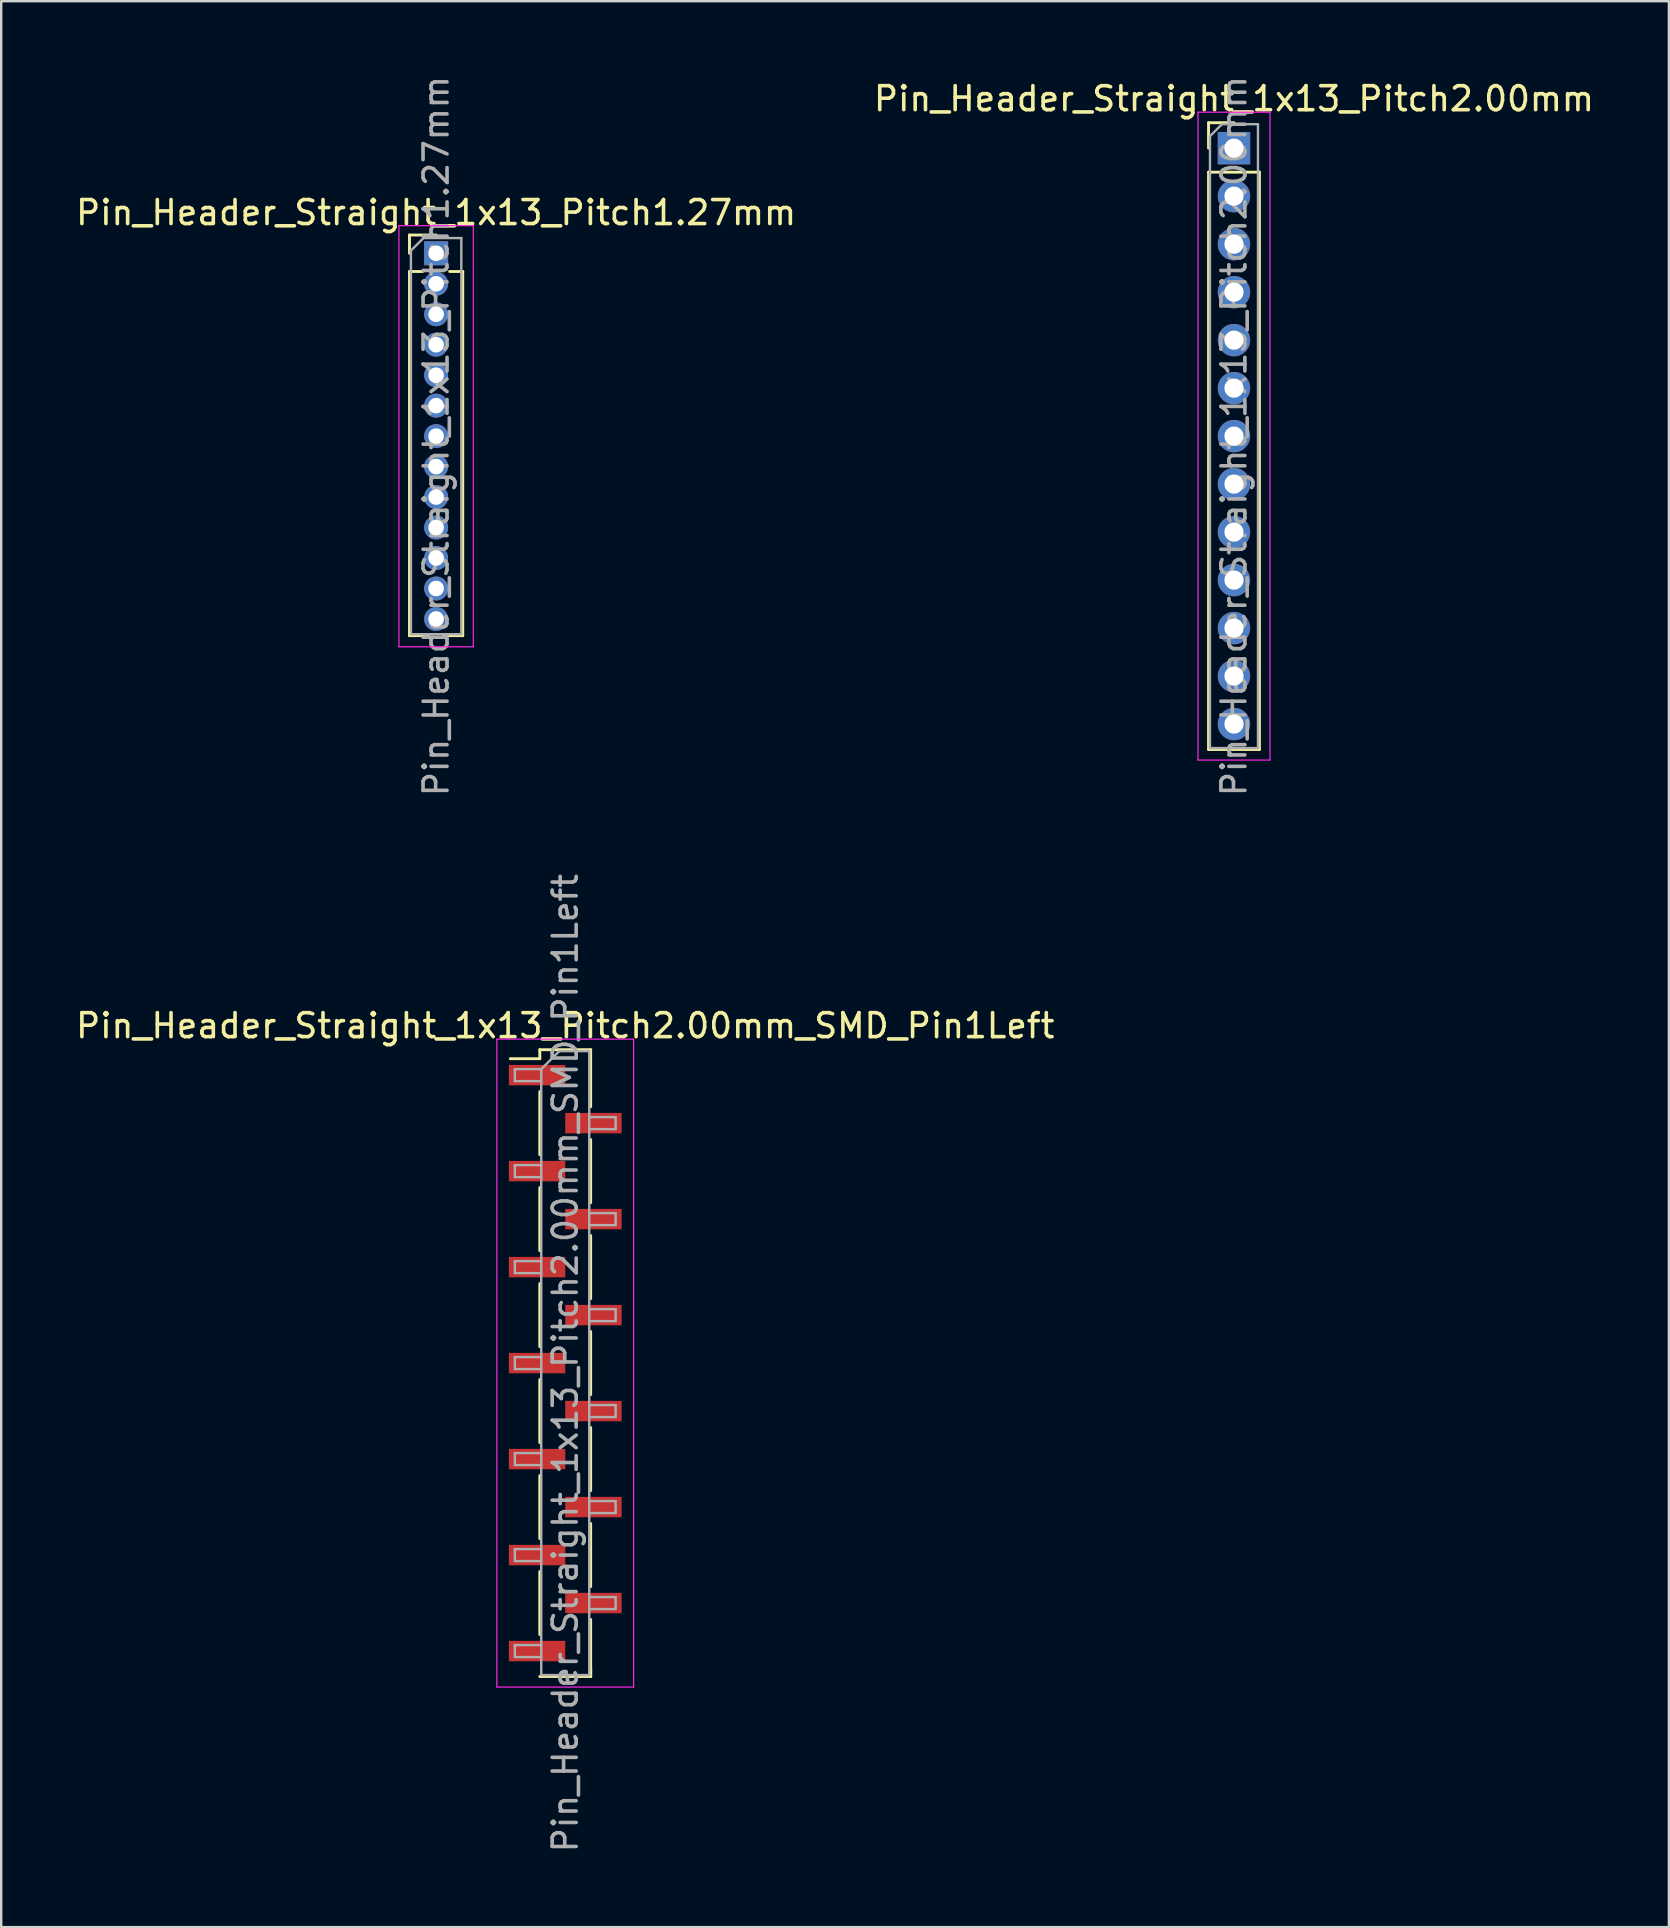
<source format=kicad_pcb>
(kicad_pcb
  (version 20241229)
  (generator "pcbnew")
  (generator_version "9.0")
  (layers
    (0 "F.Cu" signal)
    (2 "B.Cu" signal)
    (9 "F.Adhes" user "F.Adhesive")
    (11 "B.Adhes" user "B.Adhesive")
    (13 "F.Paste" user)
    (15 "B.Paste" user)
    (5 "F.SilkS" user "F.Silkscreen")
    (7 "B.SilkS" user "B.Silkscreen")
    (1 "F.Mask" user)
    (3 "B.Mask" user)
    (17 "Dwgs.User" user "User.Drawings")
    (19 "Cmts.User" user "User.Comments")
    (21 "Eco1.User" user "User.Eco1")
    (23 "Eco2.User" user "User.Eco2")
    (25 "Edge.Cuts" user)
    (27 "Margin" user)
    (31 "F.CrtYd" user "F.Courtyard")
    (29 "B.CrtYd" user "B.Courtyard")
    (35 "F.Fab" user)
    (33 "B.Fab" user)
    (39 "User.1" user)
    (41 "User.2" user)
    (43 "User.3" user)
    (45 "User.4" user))
  (footprint "Pin_Header_Straight_1x13_Pitch2.00mm"
    (layer "F.Cu")
    (at 48.375 3.125)
    (property "Reference" "Pin_Header_Straight_1x13_Pitch2.00mm" (at 0 -2.06 0) (layer "F.SilkS") (effects (font (size 1 1) (thickness 0.15))))
    (attr through_hole)
    (fp_line (start -1.06 -1.06) (end 0 -1.06) (stroke (width 0.12) (type solid)) (layer "F.SilkS"))
    (fp_line (start -1.06 0) (end -1.06 -1.06) (stroke (width 0.12) (type solid)) (layer "F.SilkS"))
    (fp_line (start -1.06 1) (end -1.06 25.06) (stroke (width 0.12) (type solid)) (layer "F.SilkS"))
    (fp_line (start -1.06 1) (end 1.06 1) (stroke (width 0.12) (type solid)) (layer "F.SilkS"))
    (fp_line (start -1.06 25.06) (end 1.06 25.06) (stroke (width 0.12) (type solid)) (layer "F.SilkS"))
    (fp_line (start 1.06 1) (end 1.06 25.06) (stroke (width 0.12) (type solid)) (layer "F.SilkS"))
    (fp_line (start -1.5 -1.5) (end -1.5 25.5) (stroke (width 0.05) (type solid)) (layer "F.CrtYd"))
    (fp_line (start -1.5 25.5) (end 1.5 25.5) (stroke (width 0.05) (type solid)) (layer "F.CrtYd"))
    (fp_line (start 1.5 -1.5) (end -1.5 -1.5) (stroke (width 0.05) (type solid)) (layer "F.CrtYd"))
    (fp_line (start 1.5 25.5) (end 1.5 -1.5) (stroke (width 0.05) (type solid)) (layer "F.CrtYd"))
    (fp_line (start -1 -0.5) (end -0.5 -1) (stroke (width 0.1) (type solid)) (layer "F.Fab"))
    (fp_line (start -1 25) (end -1 -0.5) (stroke (width 0.1) (type solid)) (layer "F.Fab"))
    (fp_line (start -0.5 -1) (end 1 -1) (stroke (width 0.1) (type solid)) (layer "F.Fab"))
    (fp_line (start 1 -1) (end 1 25) (stroke (width 0.1) (type solid)) (layer "F.Fab"))
    (fp_line (start 1 25) (end -1 25) (stroke (width 0.1) (type solid)) (layer "F.Fab"))
    (fp_text user "${REFERENCE}" (at 0 12 90) (layer "F.Fab") (effects (font (size 1 1) (thickness 0.15))))
    (pad "1" thru_hole rect (at 0 0) (size 1.35 1.35) (drill 0.8) (layers "*.Cu" "*.Mask"))
    (pad "2" thru_hole oval (at 0 2) (size 1.35 1.35) (drill 0.8) (layers "*.Cu" "*.Mask"))
    (pad "3" thru_hole oval (at 0 4) (size 1.35 1.35) (drill 0.8) (layers "*.Cu" "*.Mask"))
    (pad "4" thru_hole oval (at 0 6) (size 1.35 1.35) (drill 0.8) (layers "*.Cu" "*.Mask"))
    (pad "5" thru_hole oval (at 0 8) (size 1.35 1.35) (drill 0.8) (layers "*.Cu" "*.Mask"))
    (pad "6" thru_hole oval (at 0 10) (size 1.35 1.35) (drill 0.8) (layers "*.Cu" "*.Mask"))
    (pad "7" thru_hole oval (at 0 12) (size 1.35 1.35) (drill 0.8) (layers "*.Cu" "*.Mask"))
    (pad "8" thru_hole oval (at 0 14) (size 1.35 1.35) (drill 0.8) (layers "*.Cu" "*.Mask"))
    (pad "9" thru_hole oval (at 0 16) (size 1.35 1.35) (drill 0.8) (layers "*.Cu" "*.Mask"))
    (pad "10" thru_hole oval (at 0 18) (size 1.35 1.35) (drill 0.8) (layers "*.Cu" "*.Mask"))
    (pad "11" thru_hole oval (at 0 20) (size 1.35 1.35) (drill 0.8) (layers "*.Cu" "*.Mask"))
    (pad "12" thru_hole oval (at 0 22) (size 1.35 1.35) (drill 0.8) (layers "*.Cu" "*.Mask"))
    (pad "13" thru_hole oval (at 0 24) (size 1.35 1.35) (drill 0.8) (layers "*.Cu" "*.Mask")))
  (footprint "Pin_Header_Straight_1x13_Pitch2.00mm_SMD_Pin1Left"
    (layer "F.Cu")
    (at 20.506 53.756)
    (property "Reference" "Pin_Header_Straight_1x13_Pitch2.00mm_SMD_Pin1Left" (at 0 -14.06 0) (layer "F.SilkS") (effects (font (size 1 1) (thickness 0.15))))
    (attr smd)
    (fp_line (start -1.06 -13.06) (end -1.06 -12.685) (stroke (width 0.12) (type solid)) (layer "F.SilkS"))
    (fp_line (start -1.06 -13.06) (end 1.06 -13.06) (stroke (width 0.12) (type solid)) (layer "F.SilkS"))
    (fp_line (start -1.06 -12.685) (end -2.29 -12.685) (stroke (width 0.12) (type solid)) (layer "F.SilkS"))
    (fp_line (start -1.06 -11.315) (end -1.06 -8.685) (stroke (width 0.12) (type solid)) (layer "F.SilkS"))
    (fp_line (start -1.06 -7.315) (end -1.06 -4.685) (stroke (width 0.12) (type solid)) (layer "F.SilkS"))
    (fp_line (start -1.06 -3.315) (end -1.06 -0.685) (stroke (width 0.12) (type solid)) (layer "F.SilkS"))
    (fp_line (start -1.06 0.685) (end -1.06 3.315) (stroke (width 0.12) (type solid)) (layer "F.SilkS"))
    (fp_line (start -1.06 4.685) (end -1.06 7.315) (stroke (width 0.12) (type solid)) (layer "F.SilkS"))
    (fp_line (start -1.06 8.685) (end -1.06 11.315) (stroke (width 0.12) (type solid)) (layer "F.SilkS"))
    (fp_line (start -1.06 13.06) (end 1.06 13.06) (stroke (width 0.12) (type solid)) (layer "F.SilkS"))
    (fp_line (start 1.06 -13.06) (end 1.06 -10.685) (stroke (width 0.12) (type solid)) (layer "F.SilkS"))
    (fp_line (start 1.06 -9.315) (end 1.06 -6.685) (stroke (width 0.12) (type solid)) (layer "F.SilkS"))
    (fp_line (start 1.06 -5.315) (end 1.06 -2.685) (stroke (width 0.12) (type solid)) (layer "F.SilkS"))
    (fp_line (start 1.06 -1.315) (end 1.06 1.315) (stroke (width 0.12) (type solid)) (layer "F.SilkS"))
    (fp_line (start 1.06 2.685) (end 1.06 5.315) (stroke (width 0.12) (type solid)) (layer "F.SilkS"))
    (fp_line (start 1.06 6.685) (end 1.06 9.315) (stroke (width 0.12) (type solid)) (layer "F.SilkS"))
    (fp_line (start 1.06 10.685) (end 1.06 13.06) (stroke (width 0.12) (type solid)) (layer "F.SilkS"))
    (fp_line (start 1.06 12.685) (end 1.06 13.06) (stroke (width 0.12) (type solid)) (layer "F.SilkS"))
    (fp_line (start -2.85 -13.5) (end -2.85 13.5) (stroke (width 0.05) (type solid)) (layer "F.CrtYd"))
    (fp_line (start -2.85 13.5) (end 2.85 13.5) (stroke (width 0.05) (type solid)) (layer "F.CrtYd"))
    (fp_line (start 2.85 -13.5) (end -2.85 -13.5) (stroke (width 0.05) (type solid)) (layer "F.CrtYd"))
    (fp_line (start 2.85 13.5) (end 2.85 -13.5) (stroke (width 0.05) (type solid)) (layer "F.CrtYd"))
    (fp_line (start -2.1 -12.25) (end -2.1 -11.75) (stroke (width 0.1) (type solid)) (layer "F.Fab"))
    (fp_line (start -2.1 -11.75) (end -1 -11.75) (stroke (width 0.1) (type solid)) (layer "F.Fab"))
    (fp_line (start -2.1 -8.25) (end -2.1 -7.75) (stroke (width 0.1) (type solid)) (layer "F.Fab"))
    (fp_line (start -2.1 -7.75) (end -1 -7.75) (stroke (width 0.1) (type solid)) (layer "F.Fab"))
    (fp_line (start -2.1 -4.25) (end -2.1 -3.75) (stroke (width 0.1) (type solid)) (layer "F.Fab"))
    (fp_line (start -2.1 -3.75) (end -1 -3.75) (stroke (width 0.1) (type solid)) (layer "F.Fab"))
    (fp_line (start -2.1 -0.25) (end -2.1 0.25) (stroke (width 0.1) (type solid)) (layer "F.Fab"))
    (fp_line (start -2.1 0.25) (end -1 0.25) (stroke (width 0.1) (type solid)) (layer "F.Fab"))
    (fp_line (start -2.1 3.75) (end -2.1 4.25) (stroke (width 0.1) (type solid)) (layer "F.Fab"))
    (fp_line (start -2.1 4.25) (end -1 4.25) (stroke (width 0.1) (type solid)) (layer "F.Fab"))
    (fp_line (start -2.1 7.75) (end -2.1 8.25) (stroke (width 0.1) (type solid)) (layer "F.Fab"))
    (fp_line (start -2.1 8.25) (end -1 8.25) (stroke (width 0.1) (type solid)) (layer "F.Fab"))
    (fp_line (start -2.1 11.75) (end -2.1 12.25) (stroke (width 0.1) (type solid)) (layer "F.Fab"))
    (fp_line (start -2.1 12.25) (end -1 12.25) (stroke (width 0.1) (type solid)) (layer "F.Fab"))
    (fp_line (start -1 -12.25) (end -2.1 -12.25) (stroke (width 0.1) (type solid)) (layer "F.Fab"))
    (fp_line (start -1 -12.25) (end -0.25 -13) (stroke (width 0.1) (type solid)) (layer "F.Fab"))
    (fp_line (start -1 -8.25) (end -2.1 -8.25) (stroke (width 0.1) (type solid)) (layer "F.Fab"))
    (fp_line (start -1 -4.25) (end -2.1 -4.25) (stroke (width 0.1) (type solid)) (layer "F.Fab"))
    (fp_line (start -1 -0.25) (end -2.1 -0.25) (stroke (width 0.1) (type solid)) (layer "F.Fab"))
    (fp_line (start -1 3.75) (end -2.1 3.75) (stroke (width 0.1) (type solid)) (layer "F.Fab"))
    (fp_line (start -1 7.75) (end -2.1 7.75) (stroke (width 0.1) (type solid)) (layer "F.Fab"))
    (fp_line (start -1 11.75) (end -2.1 11.75) (stroke (width 0.1) (type solid)) (layer "F.Fab"))
    (fp_line (start -1 13) (end -1 -12.25) (stroke (width 0.1) (type solid)) (layer "F.Fab"))
    (fp_line (start -0.25 -13) (end 1 -13) (stroke (width 0.1) (type solid)) (layer "F.Fab"))
    (fp_line (start 1 -13) (end 1 13) (stroke (width 0.1) (type solid)) (layer "F.Fab"))
    (fp_line (start 1 -10.25) (end 2.1 -10.25) (stroke (width 0.1) (type solid)) (layer "F.Fab"))
    (fp_line (start 1 -6.25) (end 2.1 -6.25) (stroke (width 0.1) (type solid)) (layer "F.Fab"))
    (fp_line (start 1 -2.25) (end 2.1 -2.25) (stroke (width 0.1) (type solid)) (layer "F.Fab"))
    (fp_line (start 1 1.75) (end 2.1 1.75) (stroke (width 0.1) (type solid)) (layer "F.Fab"))
    (fp_line (start 1 5.75) (end 2.1 5.75) (stroke (width 0.1) (type solid)) (layer "F.Fab"))
    (fp_line (start 1 9.75) (end 2.1 9.75) (stroke (width 0.1) (type solid)) (layer "F.Fab"))
    (fp_line (start 1 13) (end -1 13) (stroke (width 0.1) (type solid)) (layer "F.Fab"))
    (fp_line (start 2.1 -10.25) (end 2.1 -9.75) (stroke (width 0.1) (type solid)) (layer "F.Fab"))
    (fp_line (start 2.1 -9.75) (end 1 -9.75) (stroke (width 0.1) (type solid)) (layer "F.Fab"))
    (fp_line (start 2.1 -6.25) (end 2.1 -5.75) (stroke (width 0.1) (type solid)) (layer "F.Fab"))
    (fp_line (start 2.1 -5.75) (end 1 -5.75) (stroke (width 0.1) (type solid)) (layer "F.Fab"))
    (fp_line (start 2.1 -2.25) (end 2.1 -1.75) (stroke (width 0.1) (type solid)) (layer "F.Fab"))
    (fp_line (start 2.1 -1.75) (end 1 -1.75) (stroke (width 0.1) (type solid)) (layer "F.Fab"))
    (fp_line (start 2.1 1.75) (end 2.1 2.25) (stroke (width 0.1) (type solid)) (layer "F.Fab"))
    (fp_line (start 2.1 2.25) (end 1 2.25) (stroke (width 0.1) (type solid)) (layer "F.Fab"))
    (fp_line (start 2.1 5.75) (end 2.1 6.25) (stroke (width 0.1) (type solid)) (layer "F.Fab"))
    (fp_line (start 2.1 6.25) (end 1 6.25) (stroke (width 0.1) (type solid)) (layer "F.Fab"))
    (fp_line (start 2.1 9.75) (end 2.1 10.25) (stroke (width 0.1) (type solid)) (layer "F.Fab"))
    (fp_line (start 2.1 10.25) (end 1 10.25) (stroke (width 0.1) (type solid)) (layer "F.Fab"))
    (fp_text user "${REFERENCE}" (at 0 0 90) (layer "F.Fab") (effects (font (size 1 1) (thickness 0.15))))
    (pad "1" smd rect (at -1.175 -12) (size 2.35 0.85) (layers "F.Cu" "F.Mask" "F.Paste"))
    (pad "2" smd rect (at 1.175 -10) (size 2.35 0.85) (layers "F.Cu" "F.Mask" "F.Paste"))
    (pad "3" smd rect (at -1.175 -8) (size 2.35 0.85) (layers "F.Cu" "F.Mask" "F.Paste"))
    (pad "4" smd rect (at 1.175 -6) (size 2.35 0.85) (layers "F.Cu" "F.Mask" "F.Paste"))
    (pad "5" smd rect (at -1.175 -4) (size 2.35 0.85) (layers "F.Cu" "F.Mask" "F.Paste"))
    (pad "6" smd rect (at 1.175 -2) (size 2.35 0.85) (layers "F.Cu" "F.Mask" "F.Paste"))
    (pad "7" smd rect (at -1.175 0) (size 2.35 0.85) (layers "F.Cu" "F.Mask" "F.Paste"))
    (pad "8" smd rect (at 1.175 2) (size 2.35 0.85) (layers "F.Cu" "F.Mask" "F.Paste"))
    (pad "9" smd rect (at -1.175 4) (size 2.35 0.85) (layers "F.Cu" "F.Mask" "F.Paste"))
    (pad "10" smd rect (at 1.175 6) (size 2.35 0.85) (layers "F.Cu" "F.Mask" "F.Paste"))
    (pad "11" smd rect (at -1.175 8) (size 2.35 0.85) (layers "F.Cu" "F.Mask" "F.Paste"))
    (pad "12" smd rect (at 1.175 10) (size 2.35 0.85) (layers "F.Cu" "F.Mask" "F.Paste"))
    (pad "13" smd rect (at -1.175 12) (size 2.35 0.85) (layers "F.Cu" "F.Mask" "F.Paste")))
  (footprint "Pin_Header_Straight_1x13_Pitch1.27mm"
    (layer "F.Cu")
    (at 15.125 7.505)
    (property "Reference" "Pin_Header_Straight_1x13_Pitch1.27mm" (at 0 -1.695 0) (layer "F.SilkS") (effects (font (size 1 1) (thickness 0.15))))
    (attr through_hole)
    (fp_line (start -1.11 -0.76) (end 0 -0.76) (stroke (width 0.12) (type solid)) (layer "F.SilkS"))
    (fp_line (start -1.11 0) (end -1.11 -0.76) (stroke (width 0.12) (type solid)) (layer "F.SilkS"))
    (fp_line (start -1.11 0.76) (end -1.11 15.935) (stroke (width 0.12) (type solid)) (layer "F.SilkS"))
    (fp_line (start -1.11 0.76) (end -0.563 0.76) (stroke (width 0.12) (type solid)) (layer "F.SilkS"))
    (fp_line (start -1.11 15.935) (end -0.308 15.935) (stroke (width 0.12) (type solid)) (layer "F.SilkS"))
    (fp_line (start 0.308 15.935) (end 1.11 15.935) (stroke (width 0.12) (type solid)) (layer "F.SilkS"))
    (fp_line (start 0.563 0.76) (end 1.11 0.76) (stroke (width 0.12) (type solid)) (layer "F.SilkS"))
    (fp_line (start 1.11 0.76) (end 1.11 15.935) (stroke (width 0.12) (type solid)) (layer "F.SilkS"))
    (fp_line (start -1.55 -1.15) (end -1.55 16.4) (stroke (width 0.05) (type solid)) (layer "F.CrtYd"))
    (fp_line (start -1.55 16.4) (end 1.55 16.4) (stroke (width 0.05) (type solid)) (layer "F.CrtYd"))
    (fp_line (start 1.55 -1.15) (end -1.55 -1.15) (stroke (width 0.05) (type solid)) (layer "F.CrtYd"))
    (fp_line (start 1.55 16.4) (end 1.55 -1.15) (stroke (width 0.05) (type solid)) (layer "F.CrtYd"))
    (fp_line (start -1.05 -0.11) (end -0.525 -0.635) (stroke (width 0.1) (type solid)) (layer "F.Fab"))
    (fp_line (start -1.05 15.875) (end -1.05 -0.11) (stroke (width 0.1) (type solid)) (layer "F.Fab"))
    (fp_line (start -0.525 -0.635) (end 1.05 -0.635) (stroke (width 0.1) (type solid)) (layer "F.Fab"))
    (fp_line (start 1.05 -0.635) (end 1.05 15.875) (stroke (width 0.1) (type solid)) (layer "F.Fab"))
    (fp_line (start 1.05 15.875) (end -1.05 15.875) (stroke (width 0.1) (type solid)) (layer "F.Fab"))
    (fp_text user "${REFERENCE}" (at 0 7.62 90) (layer "F.Fab") (effects (font (size 1 1) (thickness 0.15))))
    (pad "1" thru_hole rect (at 0 0) (size 1 1) (drill 0.65) (layers "*.Cu" "*.Mask"))
    (pad "2" thru_hole oval (at 0 1.27) (size 1 1) (drill 0.65) (layers "*.Cu" "*.Mask"))
    (pad "3" thru_hole oval (at 0 2.54) (size 1 1) (drill 0.65) (layers "*.Cu" "*.Mask"))
    (pad "4" thru_hole oval (at 0 3.81) (size 1 1) (drill 0.65) (layers "*.Cu" "*.Mask"))
    (pad "5" thru_hole oval (at 0 5.08) (size 1 1) (drill 0.65) (layers "*.Cu" "*.Mask"))
    (pad "6" thru_hole oval (at 0 6.35) (size 1 1) (drill 0.65) (layers "*.Cu" "*.Mask"))
    (pad "7" thru_hole oval (at 0 7.62) (size 1 1) (drill 0.65) (layers "*.Cu" "*.Mask"))
    (pad "8" thru_hole oval (at 0 8.89) (size 1 1) (drill 0.65) (layers "*.Cu" "*.Mask"))
    (pad "9" thru_hole oval (at 0 10.16) (size 1 1) (drill 0.65) (layers "*.Cu" "*.Mask"))
    (pad "10" thru_hole oval (at 0 11.43) (size 1 1) (drill 0.65) (layers "*.Cu" "*.Mask"))
    (pad "11" thru_hole oval (at 0 12.7) (size 1 1) (drill 0.65) (layers "*.Cu" "*.Mask"))
    (pad "12" thru_hole oval (at 0 13.97) (size 1 1) (drill 0.65) (layers "*.Cu" "*.Mask"))
    (pad "13" thru_hole oval (at 0 15.24) (size 1 1) (drill 0.65) (layers "*.Cu" "*.Mask")))
  (gr_rect
    (start -3 -3)
    (end 66.5 77.262)
    (stroke (width 0.1) (type default))
    (fill no)
    (layer "Edge.Cuts")))
</source>
